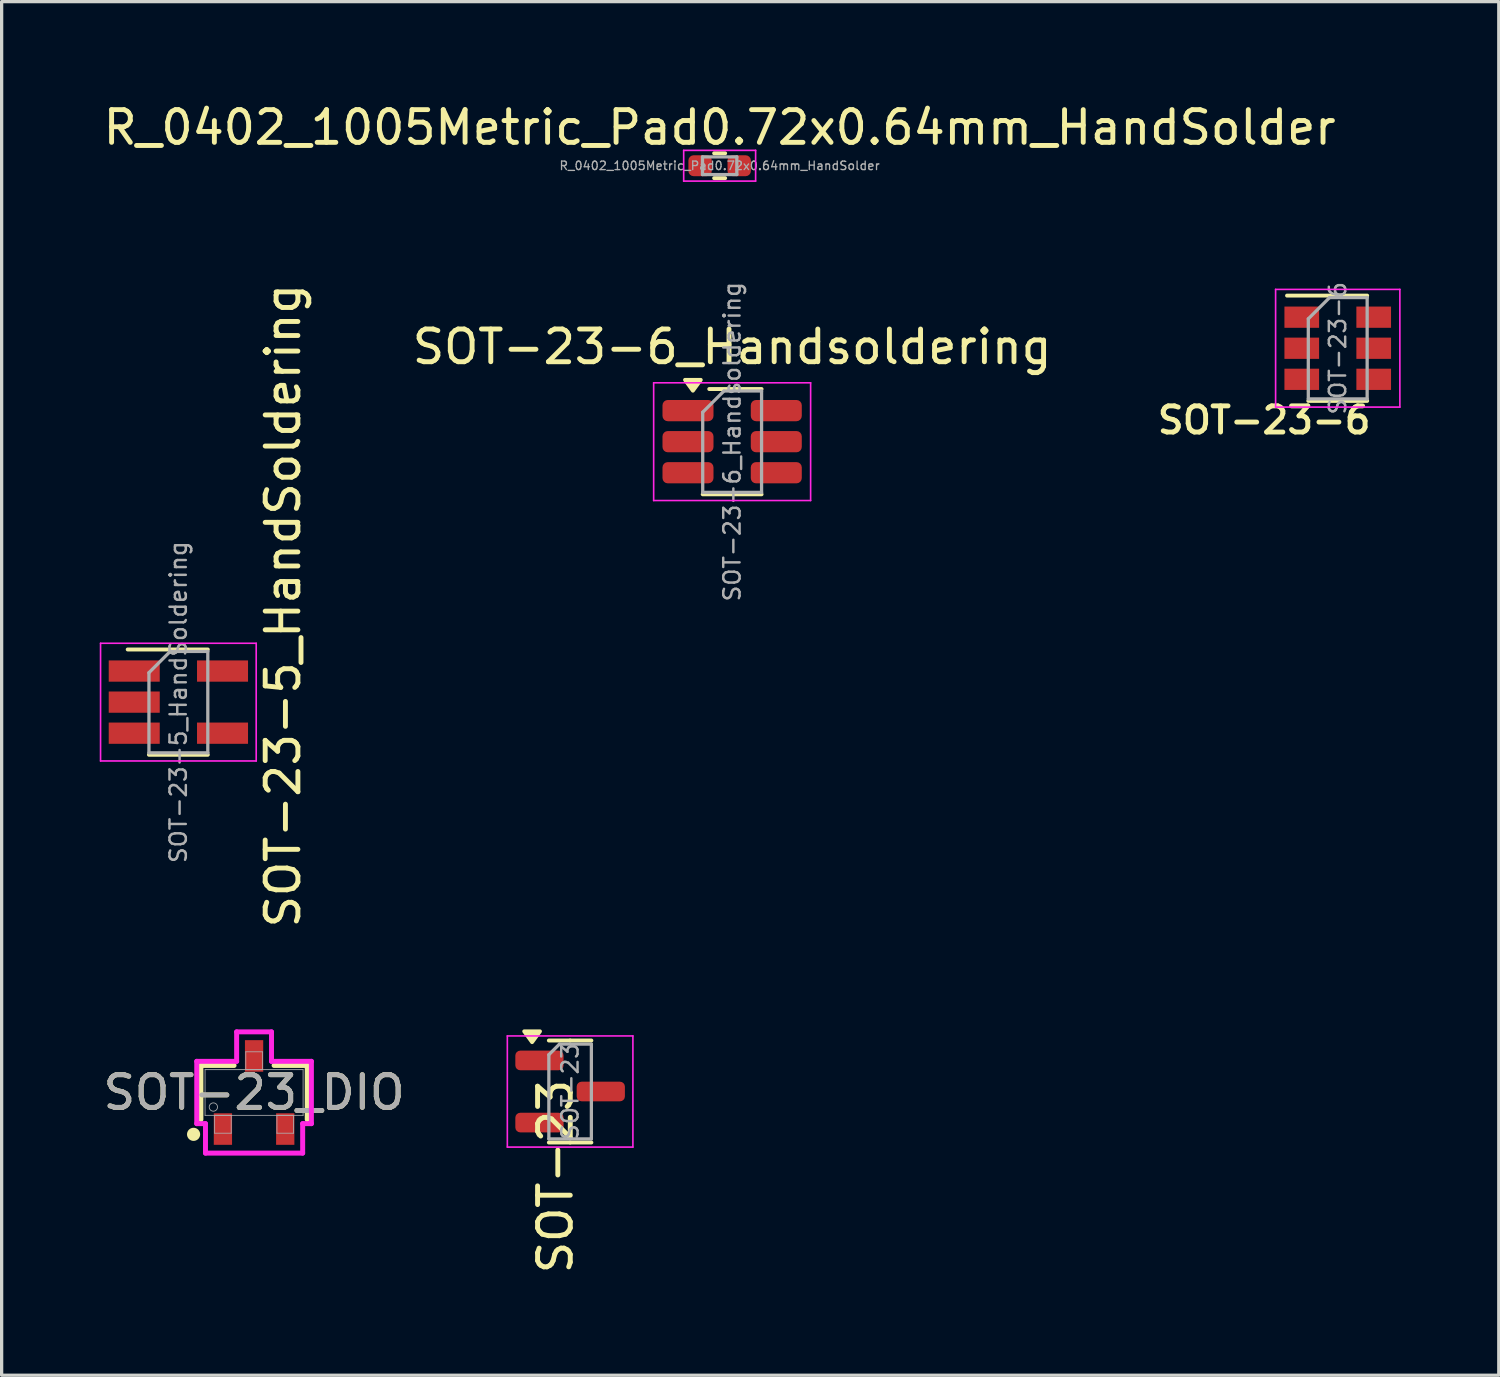
<source format=kicad_pcb>
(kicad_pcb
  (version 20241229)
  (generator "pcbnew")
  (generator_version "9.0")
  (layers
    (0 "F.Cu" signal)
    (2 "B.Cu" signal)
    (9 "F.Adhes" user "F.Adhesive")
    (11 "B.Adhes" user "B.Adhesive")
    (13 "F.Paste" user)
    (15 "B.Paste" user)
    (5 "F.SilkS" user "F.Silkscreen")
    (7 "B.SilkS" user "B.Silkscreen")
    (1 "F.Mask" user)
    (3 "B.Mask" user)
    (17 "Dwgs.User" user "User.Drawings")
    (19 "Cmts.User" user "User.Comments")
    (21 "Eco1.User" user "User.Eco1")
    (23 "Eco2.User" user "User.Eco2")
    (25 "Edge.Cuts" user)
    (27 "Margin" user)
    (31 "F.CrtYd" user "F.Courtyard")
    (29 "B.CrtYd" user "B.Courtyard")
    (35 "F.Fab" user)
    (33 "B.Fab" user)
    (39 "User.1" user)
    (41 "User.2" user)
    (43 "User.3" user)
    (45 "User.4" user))
  (footprint "SOT-23"
    (layer "F.Cu")
    (at 14.385 30.33)
    (property "Reference" "SOT-23" (at -0.45 2.6 90) (layer "F.SilkS") (effects (font (size 1 1) (thickness 0.15))))
    (attr smd)
    (fp_line (start 0 -1.56) (end -0.65 -1.56) (stroke (width 0.12) (type solid)) (layer "F.SilkS"))
    (fp_line (start 0 -1.56) (end 0.65 -1.56) (stroke (width 0.12) (type solid)) (layer "F.SilkS"))
    (fp_line (start 0 1.56) (end -0.65 1.56) (stroke (width 0.12) (type solid)) (layer "F.SilkS"))
    (fp_line (start 0 1.56) (end 0.65 1.56) (stroke (width 0.12) (type solid)) (layer "F.SilkS"))
    (fp_poly (pts (xy -1.163 -1.51) (xy -1.403 -1.84) (xy -0.922 -1.84) (xy -1.163 -1.51)) (stroke (width 0.12) (type solid)) (fill yes) (layer "F.SilkS"))
    (fp_line (start -1.92 -1.7) (end -1.92 1.7) (stroke (width 0.05) (type solid)) (layer "F.CrtYd"))
    (fp_line (start -1.92 1.7) (end 1.92 1.7) (stroke (width 0.05) (type solid)) (layer "F.CrtYd"))
    (fp_line (start 1.92 -1.7) (end -1.92 -1.7) (stroke (width 0.05) (type solid)) (layer "F.CrtYd"))
    (fp_line (start 1.92 1.7) (end 1.92 -1.7) (stroke (width 0.05) (type solid)) (layer "F.CrtYd"))
    (fp_line (start -0.65 -1.125) (end -0.325 -1.45) (stroke (width 0.1) (type solid)) (layer "F.Fab"))
    (fp_line (start -0.65 1.45) (end -0.65 -1.125) (stroke (width 0.1) (type solid)) (layer "F.Fab"))
    (fp_line (start -0.325 -1.45) (end 0.65 -1.45) (stroke (width 0.1) (type solid)) (layer "F.Fab"))
    (fp_line (start 0.65 -1.45) (end 0.65 1.45) (stroke (width 0.1) (type solid)) (layer "F.Fab"))
    (fp_line (start 0.65 1.45) (end -0.65 1.45) (stroke (width 0.1) (type solid)) (layer "F.Fab"))
    (fp_text user "${REFERENCE}" (at 0 0 90) (layer "F.Fab") (effects (font (size 0.5 0.5) (thickness 0.075))))
    (pad "1" smd roundrect (at -0.938 -0.95 180) (size 1.475 0.6) (layers "F.Cu" "F.Mask" "F.Paste") (roundrect_rratio 0.25))
    (pad "2" smd roundrect (at -0.938 0.95 180) (size 1.475 0.6) (layers "F.Cu" "F.Mask" "F.Paste") (roundrect_rratio 0.25))
    (pad "3" smd roundrect (at 0.938 0 180) (size 1.475 0.6) (layers "F.Cu" "F.Mask" "F.Paste") (roundrect_rratio 0.25)))
  (footprint "R_0402_1005Metric_Pad0.72x0.64mm_HandSolder"
    (layer "F.Cu")
    (at 18.958 2.018)
    (property "Reference" "R_0402_1005Metric_Pad0.72x0.64mm_HandSolder" (at 0 -1.17 0) (layer "F.SilkS") (effects (font (size 1 1) (thickness 0.15))))
    (attr smd)
    (fp_line (start -0.168 -0.38) (end 0.168 -0.38) (stroke (width 0.12) (type solid)) (layer "F.SilkS"))
    (fp_line (start -0.168 0.38) (end 0.168 0.38) (stroke (width 0.12) (type solid)) (layer "F.SilkS"))
    (fp_line (start -1.1 -0.47) (end 1.1 -0.47) (stroke (width 0.05) (type solid)) (layer "F.CrtYd"))
    (fp_line (start -1.1 0.47) (end -1.1 -0.47) (stroke (width 0.05) (type solid)) (layer "F.CrtYd"))
    (fp_line (start 1.1 -0.47) (end 1.1 0.47) (stroke (width 0.05) (type solid)) (layer "F.CrtYd"))
    (fp_line (start 1.1 0.47) (end -1.1 0.47) (stroke (width 0.05) (type solid)) (layer "F.CrtYd"))
    (fp_line (start -0.525 -0.27) (end 0.525 -0.27) (stroke (width 0.1) (type solid)) (layer "F.Fab"))
    (fp_line (start -0.525 0.27) (end -0.525 -0.27) (stroke (width 0.1) (type solid)) (layer "F.Fab"))
    (fp_line (start 0.525 -0.27) (end 0.525 0.27) (stroke (width 0.1) (type solid)) (layer "F.Fab"))
    (fp_line (start 0.525 0.27) (end -0.525 0.27) (stroke (width 0.1) (type solid)) (layer "F.Fab"))
    (fp_text user "${REFERENCE}" (at 0 0 0) (layer "F.Fab") (effects (font (size 0.26 0.26) (thickness 0.04))))
    (pad "1" smd roundrect (at -0.598 0 180) (size 0.715 0.64) (layers "F.Cu" "F.Mask" "F.Paste") (roundrect_rratio 0.25))
    (pad "2" smd roundrect (at 0.598 0 180) (size 0.715 0.64) (layers "F.Cu" "F.Mask" "F.Paste") (roundrect_rratio 0.25)))
  (footprint "SOT-23-6_Handsoldering"
    (layer "F.Cu")
    (at 19.34 10.457)
    (property "Reference" "SOT-23-6_Handsoldering" (at 0 -2.9 0) (layer "F.SilkS") (effects (font (size 1 1) (thickness 0.15))))
    (attr smd)
    (fp_line (start -0.9 1.61) (end 0.9 1.61) (stroke (width 0.12) (type solid)) (layer "F.SilkS"))
    (fp_line (start 0.1 -1.61) (end -0.7 -1.61) (stroke (width 0.12) (type solid)) (layer "F.SilkS"))
    (fp_line (start 0.1 -1.61) (end 0.9 -1.61) (stroke (width 0.12) (type solid)) (layer "F.SilkS"))
    (fp_poly (pts (xy -1.2 -1.56) (xy -1.44 -1.89) (xy -0.96 -1.89) (xy -1.2 -1.56)) (stroke (width 0.12) (type solid)) (fill yes) (layer "F.SilkS"))
    (fp_line (start -2.4 -1.8) (end 2.4 -1.8) (stroke (width 0.05) (type solid)) (layer "F.CrtYd"))
    (fp_line (start -2.4 1.8) (end -2.4 -1.8) (stroke (width 0.05) (type solid)) (layer "F.CrtYd"))
    (fp_line (start 2.4 -1.8) (end 2.4 1.8) (stroke (width 0.05) (type solid)) (layer "F.CrtYd"))
    (fp_line (start 2.4 1.8) (end -2.4 1.8) (stroke (width 0.05) (type solid)) (layer "F.CrtYd"))
    (fp_line (start -0.9 -0.9) (end -0.9 1.55) (stroke (width 0.1) (type solid)) (layer "F.Fab"))
    (fp_line (start -0.9 -0.9) (end -0.25 -1.55) (stroke (width 0.1) (type solid)) (layer "F.Fab"))
    (fp_line (start 0.9 -1.55) (end -0.25 -1.55) (stroke (width 0.1) (type solid)) (layer "F.Fab"))
    (fp_line (start 0.9 -1.55) (end 0.9 1.55) (stroke (width 0.1) (type solid)) (layer "F.Fab"))
    (fp_line (start 0.9 1.55) (end -0.9 1.55) (stroke (width 0.1) (type solid)) (layer "F.Fab"))
    (fp_text user "${REFERENCE}" (at 0 0 90) (layer "F.Fab") (effects (font (size 0.5 0.5) (thickness 0.075))))
    (pad "1" smd roundrect (at -1.35 -0.95 180) (size 1.56 0.65) (layers "F.Cu" "F.Mask" "F.Paste") (roundrect_rratio 0.25))
    (pad "2" smd roundrect (at -1.35 0 180) (size 1.56 0.65) (layers "F.Cu" "F.Mask" "F.Paste") (roundrect_rratio 0.25))
    (pad "3" smd roundrect (at -1.35 0.95 180) (size 1.56 0.65) (layers "F.Cu" "F.Mask" "F.Paste") (roundrect_rratio 0.25))
    (pad "4" smd roundrect (at 1.35 0.95 180) (size 1.56 0.65) (layers "F.Cu" "F.Mask" "F.Paste") (roundrect_rratio 0.25))
    (pad "5" smd roundrect (at 1.35 0 180) (size 1.56 0.65) (layers "F.Cu" "F.Mask" "F.Paste") (roundrect_rratio 0.25))
    (pad "6" smd roundrect (at 1.35 -0.95 180) (size 1.56 0.65) (layers "F.Cu" "F.Mask" "F.Paste") (roundrect_rratio 0.25)))
  (footprint "SOT-23_DIO"
    (layer "F.Cu")
    (at 4.72 30.36)
    (property "Reference" "SOT-23_DIO" (at 0 0 0) (unlocked yes) (layer "F.SilkS") (effects (font (size 1 1) (thickness 0.15))))
    (attr smd)
    (fp_line (start -1.626 -0.826) (end -1.626 0.826) (stroke (width 0.152) (type solid)) (layer "F.SilkS"))
    (fp_line (start -0.612 -0.826) (end -1.626 -0.826) (stroke (width 0.152) (type solid)) (layer "F.SilkS"))
    (fp_line (start 1.626 -0.826) (end 0.612 -0.826) (stroke (width 0.152) (type solid)) (layer "F.SilkS"))
    (fp_line (start 1.626 0.826) (end 1.626 -0.826) (stroke (width 0.152) (type solid)) (layer "F.SilkS"))
    (fp_circle (center -1.85 1.28) (end -1.725 1.28) (stroke (width 0.152) (type solid)) (fill yes) (layer "F.SilkS"))
    (fp_line (start -1.753 -0.953) (end -0.533 -0.953) (stroke (width 0.152) (type solid)) (layer "F.CrtYd"))
    (fp_line (start -1.753 0.953) (end -1.753 -0.953) (stroke (width 0.152) (type solid)) (layer "F.CrtYd"))
    (fp_line (start -1.753 0.953) (end -1.486 0.953) (stroke (width 0.152) (type solid)) (layer "F.CrtYd"))
    (fp_line (start -1.486 0.953) (end -1.486 1.854) (stroke (width 0.152) (type solid)) (layer "F.CrtYd"))
    (fp_line (start -1.486 1.854) (end 1.486 1.854) (stroke (width 0.152) (type solid)) (layer "F.CrtYd"))
    (fp_line (start -0.533 -1.854) (end 0.533 -1.854) (stroke (width 0.152) (type solid)) (layer "F.CrtYd"))
    (fp_line (start -0.533 -0.953) (end -0.533 -1.854) (stroke (width 0.152) (type solid)) (layer "F.CrtYd"))
    (fp_line (start 0.533 -0.953) (end 0.533 -1.854) (stroke (width 0.152) (type solid)) (layer "F.CrtYd"))
    (fp_line (start 1.486 0.953) (end 1.486 1.854) (stroke (width 0.152) (type solid)) (layer "F.CrtYd"))
    (fp_line (start 1.753 -0.953) (end 0.533 -0.953) (stroke (width 0.152) (type solid)) (layer "F.CrtYd"))
    (fp_line (start 1.753 -0.953) (end 1.753 0.953) (stroke (width 0.152) (type solid)) (layer "F.CrtYd"))
    (fp_line (start 1.753 0.953) (end 1.486 0.953) (stroke (width 0.152) (type solid)) (layer "F.CrtYd"))
    (fp_line (start -1.499 -0.699) (end -1.499 0.699) (stroke (width 0.025) (type solid)) (layer "F.Fab"))
    (fp_line (start -1.499 0.699) (end 1.499 0.699) (stroke (width 0.025) (type solid)) (layer "F.Fab"))
    (fp_line (start -1.206 0.699) (end -1.206 1.245) (stroke (width 0.025) (type solid)) (layer "F.Fab"))
    (fp_line (start -1.206 1.245) (end -0.699 1.245) (stroke (width 0.025) (type solid)) (layer "F.Fab"))
    (fp_line (start -0.699 0.699) (end -1.206 0.699) (stroke (width 0.025) (type solid)) (layer "F.Fab"))
    (fp_line (start -0.699 1.245) (end -0.699 0.699) (stroke (width 0.025) (type solid)) (layer "F.Fab"))
    (fp_line (start -0.254 -1.245) (end -0.254 -0.699) (stroke (width 0.025) (type solid)) (layer "F.Fab"))
    (fp_line (start -0.254 -0.699) (end 0.254 -0.699) (stroke (width 0.025) (type solid)) (layer "F.Fab"))
    (fp_line (start 0.254 -1.245) (end -0.254 -1.245) (stroke (width 0.025) (type solid)) (layer "F.Fab"))
    (fp_line (start 0.254 -0.699) (end 0.254 -1.245) (stroke (width 0.025) (type solid)) (layer "F.Fab"))
    (fp_line (start 0.699 0.699) (end 0.699 1.245) (stroke (width 0.025) (type solid)) (layer "F.Fab"))
    (fp_line (start 0.699 1.245) (end 1.206 1.245) (stroke (width 0.025) (type solid)) (layer "F.Fab"))
    (fp_line (start 1.206 0.699) (end 0.699 0.699) (stroke (width 0.025) (type solid)) (layer "F.Fab"))
    (fp_line (start 1.206 1.245) (end 1.206 0.699) (stroke (width 0.025) (type solid)) (layer "F.Fab"))
    (fp_line (start 1.499 -0.699) (end -1.499 -0.699) (stroke (width 0.025) (type solid)) (layer "F.Fab"))
    (fp_line (start 1.499 0.699) (end 1.499 -0.699) (stroke (width 0.025) (type solid)) (layer "F.Fab"))
    (fp_circle (center -1.245 0.445) (end -1.118 0.445) (stroke (width 0.025) (type solid)) (fill no) (layer "F.Fab"))
    (fp_text user "${REFERENCE}" (at 0 0 0) (unlocked yes) (layer "F.Fab") (effects (font (size 1 1) (thickness 0.15))))
    (pad "1" smd rect (at -0.953 1.118) (size 0.559 0.965) (layers "F.Cu" "F.Mask" "F.Paste"))
    (pad "2" smd rect (at 0.953 1.118) (size 0.559 0.965) (layers "F.Cu" "F.Mask" "F.Paste"))
    (pad "3" smd rect (at 0 -1.118) (size 0.559 0.965) (layers "F.Cu" "F.Mask" "F.Paste")))
  (footprint "SOT-23-6"
    (layer "F.Cu")
    (at 37.86 7.6)
    (property "Reference" "SOT-23-6" (at -2.25 2.2 0) (layer "F.SilkS") (effects (font (size 0.8 0.8) (thickness 0.15))))
    (attr smd)
    (fp_line (start -0.9 1.61) (end 0.9 1.61) (stroke (width 0.12) (type solid)) (layer "F.SilkS"))
    (fp_line (start 0.9 -1.61) (end -1.55 -1.61) (stroke (width 0.12) (type solid)) (layer "F.SilkS"))
    (fp_line (start -1.9 -1.8) (end -1.9 1.8) (stroke (width 0.05) (type solid)) (layer "F.CrtYd"))
    (fp_line (start -1.9 1.8) (end 1.9 1.8) (stroke (width 0.05) (type solid)) (layer "F.CrtYd"))
    (fp_line (start 1.9 -1.8) (end -1.9 -1.8) (stroke (width 0.05) (type solid)) (layer "F.CrtYd"))
    (fp_line (start 1.9 1.8) (end 1.9 -1.8) (stroke (width 0.05) (type solid)) (layer "F.CrtYd"))
    (fp_line (start -0.9 -0.9) (end -0.9 1.55) (stroke (width 0.1) (type solid)) (layer "F.Fab"))
    (fp_line (start -0.9 -0.9) (end -0.25 -1.55) (stroke (width 0.1) (type solid)) (layer "F.Fab"))
    (fp_line (start 0.9 -1.55) (end -0.25 -1.55) (stroke (width 0.1) (type solid)) (layer "F.Fab"))
    (fp_line (start 0.9 -1.55) (end 0.9 1.55) (stroke (width 0.1) (type solid)) (layer "F.Fab"))
    (fp_line (start 0.9 1.55) (end -0.9 1.55) (stroke (width 0.1) (type solid)) (layer "F.Fab"))
    (fp_text user "${REFERENCE}" (at 0 0 90) (layer "F.Fab") (effects (font (size 0.5 0.5) (thickness 0.075))))
    (pad "1" smd rect (at -1.1 -0.95) (size 1.06 0.65) (layers "F.Cu" "F.Mask" "F.Paste"))
    (pad "2" smd rect (at -1.1 0) (size 1.06 0.65) (layers "F.Cu" "F.Mask" "F.Paste"))
    (pad "3" smd rect (at -1.1 0.95) (size 1.06 0.65) (layers "F.Cu" "F.Mask" "F.Paste"))
    (pad "4" smd rect (at 1.1 0.95) (size 1.06 0.65) (layers "F.Cu" "F.Mask" "F.Paste"))
    (pad "5" smd rect (at 1.1 0) (size 1.06 0.65) (layers "F.Cu" "F.Mask" "F.Paste"))
    (pad "6" smd rect (at 1.1 -0.95) (size 1.06 0.65) (layers "F.Cu" "F.Mask" "F.Paste")))
  (footprint "SOT-23-5_HandSoldering"
    (layer "F.Cu")
    (at 2.405 18.422)
    (property "Reference" "SOT-23-5_HandSoldering" (at 3.2 -2.95 90) (layer "F.SilkS") (effects (font (size 1 1) (thickness 0.15))))
    (attr smd)
    (fp_line (start -0.9 1.61) (end 0.9 1.61) (stroke (width 0.12) (type solid)) (layer "F.SilkS"))
    (fp_line (start 0.9 -1.61) (end -1.55 -1.61) (stroke (width 0.12) (type solid)) (layer "F.SilkS"))
    (fp_line (start -2.38 -1.8) (end -2.38 1.8) (stroke (width 0.05) (type solid)) (layer "F.CrtYd"))
    (fp_line (start -2.38 -1.8) (end 2.38 -1.8) (stroke (width 0.05) (type solid)) (layer "F.CrtYd"))
    (fp_line (start 2.38 1.8) (end -2.38 1.8) (stroke (width 0.05) (type solid)) (layer "F.CrtYd"))
    (fp_line (start 2.38 1.8) (end 2.38 -1.8) (stroke (width 0.05) (type solid)) (layer "F.CrtYd"))
    (fp_line (start -0.9 -0.9) (end -0.9 1.55) (stroke (width 0.1) (type solid)) (layer "F.Fab"))
    (fp_line (start -0.9 -0.9) (end -0.25 -1.55) (stroke (width 0.1) (type solid)) (layer "F.Fab"))
    (fp_line (start 0.9 -1.55) (end -0.25 -1.55) (stroke (width 0.1) (type solid)) (layer "F.Fab"))
    (fp_line (start 0.9 -1.55) (end 0.9 1.55) (stroke (width 0.1) (type solid)) (layer "F.Fab"))
    (fp_line (start 0.9 1.55) (end -0.9 1.55) (stroke (width 0.1) (type solid)) (layer "F.Fab"))
    (fp_text user "${REFERENCE}" (at 0 0 270) (layer "F.Fab") (effects (font (size 0.5 0.5) (thickness 0.075))))
    (pad "1" smd rect (at -1.35 -0.95) (size 1.56 0.65) (layers "F.Cu" "F.Mask" "F.Paste"))
    (pad "2" smd rect (at -1.35 0) (size 1.56 0.65) (layers "F.Cu" "F.Mask" "F.Paste"))
    (pad "3" smd rect (at -1.35 0.95) (size 1.56 0.65) (layers "F.Cu" "F.Mask" "F.Paste"))
    (pad "4" smd rect (at 1.35 0.95) (size 1.56 0.65) (layers "F.Cu" "F.Mask" "F.Paste"))
    (pad "5" smd rect (at 1.35 -0.95) (size 1.56 0.65) (layers "F.Cu" "F.Mask" "F.Paste")))
  (gr_rect
    (start -3 -3)
    (end 42.785 39.007)
    (stroke (width 0.1) (type default))
    (fill no)
    (layer "Edge.Cuts")))
</source>
